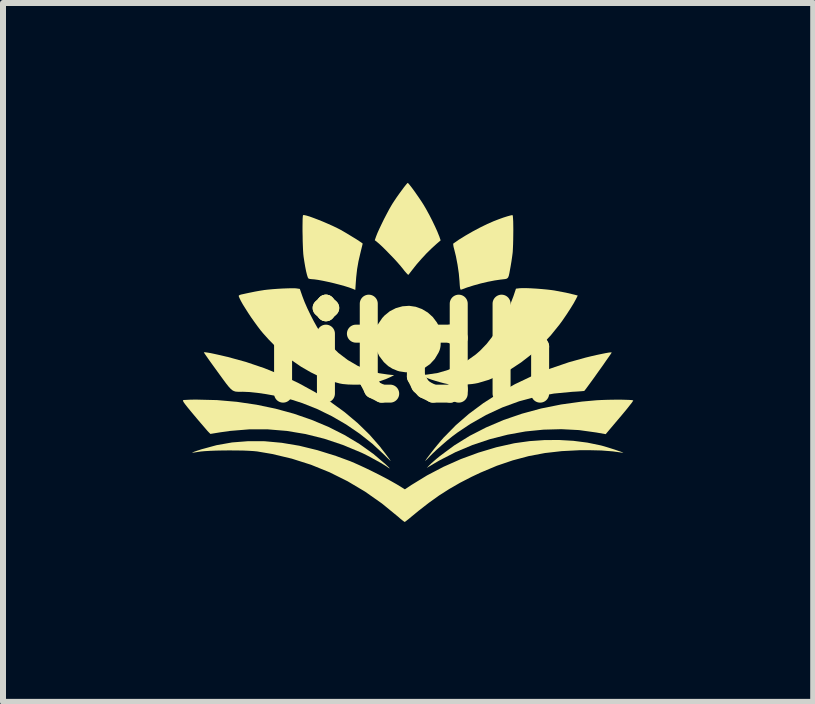
<source format=kicad_pcb>
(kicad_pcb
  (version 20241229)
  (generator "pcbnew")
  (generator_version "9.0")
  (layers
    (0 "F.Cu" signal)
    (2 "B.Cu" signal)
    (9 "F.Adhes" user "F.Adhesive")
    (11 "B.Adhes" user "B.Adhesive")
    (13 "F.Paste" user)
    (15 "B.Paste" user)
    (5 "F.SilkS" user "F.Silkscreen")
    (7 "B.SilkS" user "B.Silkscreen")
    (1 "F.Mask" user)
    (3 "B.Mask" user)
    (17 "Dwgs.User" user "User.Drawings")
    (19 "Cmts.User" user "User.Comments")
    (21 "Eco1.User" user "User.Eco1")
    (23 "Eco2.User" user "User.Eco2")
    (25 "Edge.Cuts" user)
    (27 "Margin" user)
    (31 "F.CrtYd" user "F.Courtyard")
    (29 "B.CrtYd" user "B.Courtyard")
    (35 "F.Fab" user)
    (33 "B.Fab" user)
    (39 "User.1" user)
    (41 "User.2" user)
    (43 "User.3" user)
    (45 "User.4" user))
  (footprint "iitdh"
    (layer "F.Cu")
    (at 3.813 2.835)
    (property "Reference" "iitdh" (at 0 0 0) (layer "F.SilkS") (effects (font (size 1.5 1.5) (thickness 0.3))))
    (attr board_only exclude_from_pos_files exclude_from_bom)
    (fp_poly (pts (xy 0.068 -0.77) (xy 0.173 -0.732) (xy 0.27 -0.674) (xy 0.354 -0.598) (xy 0.423 -0.506) (xy 0.444 -0.466) (xy 0.462 -0.428) (xy 0.474 -0.396) (xy 0.481 -0.363) (xy 0.484 -0.323) (xy 0.485 -0.267) (xy 0.485 -0.233) (xy 0.485 -0.166) (xy 0.483 -0.118) (xy 0.477 -0.082) (xy 0.468 -0.049) (xy 0.453 -0.014) (xy 0.45 -0.007) (xy 0.387 0.099) (xy 0.307 0.186) (xy 0.211 0.253) (xy 0.105 0.298) (xy 0.004 0.319) (xy -0.102 0.322) (xy -0.203 0.307) (xy -0.237 0.297) (xy -0.321 0.262) (xy -0.39 0.219) (xy -0.456 0.159) (xy -0.468 0.146) (xy -0.54 0.051) (xy -0.589 -0.052) (xy -0.615 -0.161) (xy -0.618 -0.271) (xy -0.598 -0.381) (xy -0.556 -0.485) (xy -0.49 -0.582) (xy -0.454 -0.622) (xy -0.363 -0.696) (xy -0.261 -0.748) (xy -0.152 -0.778) (xy -0.041 -0.786)) (stroke (width 0) (type solid)) (fill yes) (layer "F.SilkS"))
    (fp_poly (pts (xy 3.494 0.779) (xy 3.567 0.781) (xy 3.628 0.783) (xy 3.671 0.786) (xy 3.694 0.791) (xy 3.696 0.792) (xy 3.69 0.803) (xy 3.67 0.832) (xy 3.636 0.875) (xy 3.592 0.931) (xy 3.539 0.995) (xy 3.48 1.066) (xy 3.47 1.077) (xy 3.236 1.354) (xy 3.078 1.326) (xy 2.79 1.286) (xy 2.496 1.271) (xy 2.198 1.279) (xy 1.898 1.309) (xy 1.6 1.363) (xy 1.305 1.438) (xy 1.015 1.535) (xy 0.734 1.653) (xy 0.464 1.792) (xy 0.363 1.851) (xy 0.253 1.917) (xy 0.298 1.87) (xy 0.326 1.843) (xy 0.368 1.806) (xy 0.419 1.762) (xy 0.473 1.718) (xy 0.711 1.542) (xy 0.967 1.383) (xy 1.242 1.242) (xy 1.533 1.118) (xy 1.839 1.013) (xy 2.159 0.926) (xy 2.493 0.859) (xy 2.838 0.811) (xy 3.081 0.789) (xy 3.157 0.785) (xy 3.24 0.782) (xy 3.326 0.78) (xy 3.413 0.779)) (stroke (width 0) (type solid)) (fill yes) (layer "F.SilkS"))
    (fp_poly (pts (xy -3.244 0.786) (xy -2.912 0.815) (xy -2.587 0.863) (xy -2.27 0.929) (xy -1.963 1.013) (xy -1.668 1.115) (xy -1.386 1.233) (xy -1.119 1.368) (xy -0.868 1.519) (xy -0.637 1.684) (xy -0.434 1.856) (xy -0.392 1.896) (xy -0.369 1.919) (xy -0.367 1.926) (xy -0.384 1.917) (xy -0.414 1.895) (xy -0.455 1.869) (xy -0.513 1.834) (xy -0.583 1.795) (xy -0.658 1.754) (xy -0.732 1.714) (xy -0.8 1.68) (xy -0.836 1.663) (xy -1.146 1.534) (xy -1.457 1.43) (xy -1.769 1.352) (xy -2.082 1.3) (xy -2.396 1.274) (xy -2.711 1.274) (xy -3.027 1.3) (xy -3.189 1.323) (xy -3.355 1.35) (xy -3.386 1.319) (xy -3.403 1.301) (xy -3.433 1.266) (xy -3.475 1.217) (xy -3.526 1.158) (xy -3.582 1.092) (xy -3.624 1.042) (xy -3.689 0.964) (xy -3.739 0.903) (xy -3.775 0.857) (xy -3.798 0.825) (xy -3.81 0.804) (xy -3.813 0.792) (xy -3.809 0.787) (xy -3.789 0.784) (xy -3.748 0.782) (xy -3.691 0.779) (xy -3.623 0.778) (xy -3.58 0.778)) (stroke (width 0) (type solid)) (fill yes) (layer "F.SilkS"))
    (fp_poly (pts (xy 1.684 -2.297) (xy 1.688 -2.282) (xy 1.691 -2.245) (xy 1.694 -2.191) (xy 1.695 -2.124) (xy 1.696 -2.048) (xy 1.695 -1.968) (xy 1.694 -1.886) (xy 1.692 -1.809) (xy 1.689 -1.74) (xy 1.686 -1.683) (xy 1.683 -1.657) (xy 1.675 -1.597) (xy 1.664 -1.522) (xy 1.651 -1.445) (xy 1.642 -1.395) (xy 1.63 -1.329) (xy 1.62 -1.285) (xy 1.608 -1.257) (xy 1.59 -1.24) (xy 1.561 -1.232) (xy 1.518 -1.227) (xy 1.482 -1.223) (xy 1.386 -1.209) (xy 1.273 -1.187) (xy 1.153 -1.159) (xy 1.034 -1.126) (xy 0.923 -1.091) (xy 0.829 -1.056) (xy 0.827 -1.056) (xy 0.818 -1.055) (xy 0.812 -1.065) (xy 0.807 -1.088) (xy 0.803 -1.129) (xy 0.799 -1.192) (xy 0.799 -1.194) (xy 0.787 -1.327) (xy 0.766 -1.47) (xy 0.739 -1.612) (xy 0.712 -1.721) (xy 0.7 -1.767) (xy 0.694 -1.803) (xy 0.694 -1.823) (xy 0.695 -1.824) (xy 0.787 -1.888) (xy 0.897 -1.956) (xy 1.017 -2.025) (xy 1.141 -2.091) (xy 1.261 -2.15) (xy 1.371 -2.198) (xy 1.379 -2.201) (xy 1.457 -2.231) (xy 1.529 -2.257) (xy 1.592 -2.277) (xy 1.642 -2.291) (xy 1.674 -2.298)) (stroke (width 0) (type solid)) (fill yes) (layer "F.SilkS"))
    (fp_poly (pts (xy -0.052 -2.825) (xy -0.029 -2.797) (xy 0.004 -2.755) (xy 0.043 -2.702) (xy 0.085 -2.642) (xy 0.128 -2.58) (xy 0.169 -2.519) (xy 0.205 -2.462) (xy 0.205 -2.462) (xy 0.25 -2.384) (xy 0.299 -2.294) (xy 0.347 -2.2) (xy 0.391 -2.108) (xy 0.429 -2.024) (xy 0.457 -1.954) (xy 0.461 -1.945) (xy 0.484 -1.877) (xy 0.414 -1.817) (xy 0.335 -1.745) (xy 0.249 -1.661) (xy 0.164 -1.569) (xy 0.086 -1.48) (xy 0.043 -1.426) (xy 0.007 -1.38) (xy -0.024 -1.34) (xy -0.045 -1.313) (xy -0.053 -1.303) (xy -0.064 -1.308) (xy -0.086 -1.331) (xy -0.117 -1.366) (xy -0.143 -1.4) (xy -0.183 -1.449) (xy -0.235 -1.509) (xy -0.297 -1.577) (xy -0.364 -1.646) (xy -0.43 -1.714) (xy -0.491 -1.774) (xy -0.543 -1.822) (xy -0.569 -1.844) (xy -0.614 -1.88) (xy -0.591 -1.946) (xy -0.57 -1.999) (xy -0.539 -2.068) (xy -0.501 -2.148) (xy -0.459 -2.234) (xy -0.415 -2.318) (xy -0.373 -2.397) (xy -0.335 -2.463) (xy -0.32 -2.488) (xy -0.286 -2.54) (xy -0.247 -2.598) (xy -0.205 -2.657) (xy -0.164 -2.713) (xy -0.127 -2.763) (xy -0.096 -2.802) (xy -0.074 -2.828) (xy -0.065 -2.835)) (stroke (width 0) (type solid)) (fill yes) (layer "F.SilkS"))
    (fp_poly (pts (xy -1.755 -2.291) (xy -1.701 -2.275) (xy -1.635 -2.251) (xy -1.559 -2.222) (xy -1.479 -2.19) (xy -1.396 -2.154) (xy -1.315 -2.118) (xy -1.24 -2.082) (xy -1.191 -2.057) (xy -1.147 -2.032) (xy -1.094 -2.001) (xy -1.036 -1.966) (xy -0.977 -1.93) (xy -0.921 -1.896) (xy -0.874 -1.865) (xy -0.838 -1.841) (xy -0.818 -1.826) (xy -0.816 -1.822) (xy -0.819 -1.809) (xy -0.827 -1.776) (xy -0.839 -1.728) (xy -0.853 -1.67) (xy -0.886 -1.528) (xy -0.909 -1.396) (xy -0.924 -1.261) (xy -0.93 -1.183) (xy -0.939 -1.051) (xy -0.984 -1.07) (xy -1.04 -1.091) (xy -1.114 -1.114) (xy -1.2 -1.138) (xy -1.293 -1.162) (xy -1.387 -1.184) (xy -1.477 -1.203) (xy -1.558 -1.218) (xy -1.623 -1.227) (xy -1.663 -1.23) (xy -1.697 -1.234) (xy -1.72 -1.241) (xy -1.731 -1.26) (xy -1.744 -1.301) (xy -1.759 -1.361) (xy -1.774 -1.437) (xy -1.789 -1.526) (xy -1.801 -1.605) (xy -1.806 -1.649) (xy -1.81 -1.71) (xy -1.813 -1.782) (xy -1.816 -1.862) (xy -1.817 -1.946) (xy -1.819 -2.03) (xy -1.819 -2.109) (xy -1.818 -2.18) (xy -1.817 -2.237) (xy -1.814 -2.278) (xy -1.811 -2.297) (xy -1.81 -2.298) (xy -1.792 -2.299)) (stroke (width 0) (type solid)) (fill yes) (layer "F.SilkS"))
    (fp_poly (pts (xy 3.336 -0.008) (xy 3.33 0.003) (xy 3.311 0.032) (xy 3.281 0.075) (xy 3.242 0.13) (xy 3.198 0.194) (xy 3.149 0.263) (xy 3.098 0.334) (xy 3.048 0.405) (xy 3 0.471) (xy 2.957 0.53) (xy 2.921 0.579) (xy 2.894 0.615) (xy 2.879 0.633) (xy 2.866 0.635) (xy 2.831 0.638) (xy 2.779 0.642) (xy 2.715 0.646) (xy 2.677 0.648) (xy 2.374 0.677) (xy 2.079 0.729) (xy 1.793 0.806) (xy 1.514 0.908) (xy 1.242 1.034) (xy 0.977 1.185) (xy 0.759 1.331) (xy 0.68 1.39) (xy 0.593 1.46) (xy 0.505 1.536) (xy 0.42 1.611) (xy 0.345 1.682) (xy 0.298 1.73) (xy 0.264 1.766) (xy 0.239 1.79) (xy 0.226 1.801) (xy 0.226 1.799) (xy 0.249 1.765) (xy 0.286 1.716) (xy 0.332 1.656) (xy 0.383 1.591) (xy 0.437 1.525) (xy 0.49 1.462) (xy 0.537 1.408) (xy 0.541 1.405) (xy 0.737 1.205) (xy 0.955 1.016) (xy 1.194 0.838) (xy 1.451 0.673) (xy 1.724 0.52) (xy 2.012 0.383) (xy 2.312 0.261) (xy 2.622 0.155) (xy 2.899 0.078) (xy 2.997 0.054) (xy 3.089 0.033) (xy 3.17 0.016) (xy 3.239 0.002) (xy 3.292 -0.007) (xy 3.326 -0.01)) (stroke (width 0) (type solid)) (fill yes) (layer "F.SilkS"))
    (fp_poly (pts (xy -3.408 -0.007) (xy -3.349 0.003) (xy -3.274 0.019) (xy -3.184 0.039) (xy -3.083 0.063) (xy -3.075 0.064) (xy -2.762 0.15) (xy -2.458 0.253) (xy -2.163 0.372) (xy -1.879 0.506) (xy -1.61 0.653) (xy -1.355 0.814) (xy -1.118 0.986) (xy -0.9 1.169) (xy -0.702 1.362) (xy -0.527 1.562) (xy -0.504 1.593) (xy -0.446 1.667) (xy -0.404 1.723) (xy -0.375 1.762) (xy -0.358 1.786) (xy -0.351 1.798) (xy -0.352 1.799) (xy -0.362 1.791) (xy -0.387 1.767) (xy -0.422 1.733) (xy -0.46 1.695) (xy -0.652 1.516) (xy -0.864 1.348) (xy -1.091 1.193) (xy -1.329 1.055) (xy -1.574 0.935) (xy -1.821 0.837) (xy -1.982 0.785) (xy -2.125 0.747) (xy -2.274 0.714) (xy -2.423 0.687) (xy -2.567 0.666) (xy -2.699 0.652) (xy -2.814 0.647) (xy -2.815 0.647) (xy -2.864 0.648) (xy -2.903 0.647) (xy -2.936 0.644) (xy -2.964 0.635) (xy -2.992 0.62) (xy -3.02 0.595) (xy -3.053 0.559) (xy -3.092 0.51) (xy -3.14 0.445) (xy -3.199 0.364) (xy -3.236 0.313) (xy -3.294 0.233) (xy -3.346 0.161) (xy -3.391 0.098) (xy -3.426 0.047) (xy -3.451 0.011) (xy -3.463 -0.008) (xy -3.463 -0.011) (xy -3.447 -0.012)) (stroke (width 0) (type solid)) (fill yes) (layer "F.SilkS"))
    (fp_poly (pts (xy 1.909 -1.081) (xy 1.987 -1.078) (xy 2.074 -1.073) (xy 2.164 -1.066) (xy 2.251 -1.058) (xy 2.329 -1.049) (xy 2.378 -1.042) (xy 2.574 -1.005) (xy 2.722 -0.97) (xy 2.77 -0.957) (xy 2.743 -0.903) (xy 2.701 -0.826) (xy 2.646 -0.737) (xy 2.583 -0.64) (xy 2.516 -0.542) (xy 2.464 -0.471) (xy 2.32 -0.293) (xy 2.164 -0.127) (xy 1.998 0.024) (xy 1.825 0.158) (xy 1.647 0.275) (xy 1.466 0.372) (xy 1.286 0.448) (xy 1.108 0.501) (xy 1.057 0.511) (xy 1.008 0.518) (xy 0.942 0.524) (xy 0.868 0.527) (xy 0.792 0.529) (xy 0.72 0.529) (xy 0.659 0.527) (xy 0.617 0.523) (xy 0.615 0.522) (xy 0.542 0.506) (xy 0.467 0.486) (xy 0.392 0.464) (xy 0.323 0.442) (xy 0.263 0.42) (xy 0.217 0.401) (xy 0.188 0.385) (xy 0.181 0.376) (xy 0.193 0.37) (xy 0.224 0.364) (xy 0.269 0.359) (xy 0.275 0.358) (xy 0.439 0.333) (xy 0.605 0.284) (xy 0.769 0.215) (xy 0.926 0.128) (xy 1.07 0.025) (xy 1.141 -0.037) (xy 1.251 -0.151) (xy 1.358 -0.288) (xy 1.459 -0.441) (xy 1.552 -0.606) (xy 1.634 -0.78) (xy 1.698 -0.947) (xy 1.74 -1.072) (xy 1.801 -1.079) (xy 1.845 -1.081)) (stroke (width 0) (type solid)) (fill yes) (layer "F.SilkS"))
    (fp_poly (pts (xy -1.952 -1.079) (xy -1.919 -1.076) (xy -1.864 -1.068) (xy -1.819 -0.939) (xy -1.784 -0.848) (xy -1.739 -0.745) (xy -1.687 -0.637) (xy -1.632 -0.53) (xy -1.576 -0.43) (xy -1.523 -0.344) (xy -1.496 -0.304) (xy -1.365 -0.143) (xy -1.222 -0.002) (xy -1.066 0.117) (xy -0.9 0.214) (xy -0.725 0.288) (xy -0.542 0.338) (xy -0.393 0.36) (xy -0.291 0.37) (xy -0.349 0.4) (xy -0.43 0.436) (xy -0.526 0.47) (xy -0.63 0.499) (xy -0.689 0.511) (xy -0.768 0.522) (xy -0.862 0.528) (xy -0.963 0.529) (xy -1.061 0.526) (xy -1.148 0.518) (xy -1.198 0.509) (xy -1.351 0.467) (xy -1.513 0.405) (xy -1.679 0.324) (xy -1.844 0.229) (xy -2.003 0.12) (xy -2.097 0.047) (xy -2.19 -0.034) (xy -2.289 -0.128) (xy -2.386 -0.227) (xy -2.474 -0.325) (xy -2.516 -0.375) (xy -2.567 -0.442) (xy -2.62 -0.515) (xy -2.674 -0.591) (xy -2.725 -0.668) (xy -2.772 -0.742) (xy -2.814 -0.809) (xy -2.847 -0.868) (xy -2.87 -0.915) (xy -2.882 -0.945) (xy -2.882 -0.956) (xy -2.865 -0.967) (xy -2.839 -0.975) (xy -2.81 -0.981) (xy -2.765 -0.991) (xy -2.709 -1.003) (xy -2.679 -1.009) (xy -2.611 -1.023) (xy -2.539 -1.036) (xy -2.475 -1.046) (xy -2.459 -1.049) (xy -2.397 -1.056) (xy -2.323 -1.063) (xy -2.241 -1.069) (xy -2.157 -1.074) (xy -2.078 -1.077) (xy -2.007 -1.079)) (stroke (width 0) (type solid)) (fill yes) (layer "F.SilkS"))
    (fp_poly (pts (xy 2.697 1.465) (xy 2.93 1.495) (xy 3.148 1.54) (xy 3.172 1.546) (xy 3.218 1.559) (xy 3.271 1.575) (xy 3.328 1.593) (xy 3.385 1.611) (xy 3.437 1.629) (xy 3.481 1.644) (xy 3.513 1.656) (xy 3.529 1.664) (xy 3.524 1.665) (xy 3.521 1.664) (xy 3.354 1.641) (xy 3.164 1.626) (xy 2.951 1.621) (xy 2.796 1.622) (xy 2.502 1.637) (xy 2.222 1.669) (xy 1.952 1.72) (xy 1.686 1.791) (xy 1.421 1.881) (xy 1.152 1.994) (xy 1.003 2.064) (xy 0.809 2.164) (xy 0.63 2.267) (xy 0.459 2.376) (xy 0.29 2.497) (xy 0.115 2.633) (xy 0.058 2.68) (xy 0.003 2.725) (xy -0.045 2.765) (xy -0.083 2.795) (xy -0.108 2.814) (xy -0.114 2.818) (xy -0.127 2.811) (xy -0.155 2.79) (xy -0.193 2.759) (xy -0.227 2.729) (xy -0.495 2.51) (xy -0.775 2.313) (xy -1.066 2.14) (xy -1.367 1.99) (xy -1.678 1.864) (xy -1.999 1.762) (xy -2.328 1.684) (xy -2.576 1.642) (xy -2.638 1.636) (xy -2.72 1.631) (xy -2.817 1.627) (xy -2.924 1.626) (xy -3.037 1.625) (xy -3.15 1.626) (xy -3.259 1.628) (xy -3.359 1.632) (xy -3.446 1.637) (xy -3.514 1.643) (xy -3.541 1.647) (xy -3.592 1.655) (xy -3.633 1.661) (xy -3.658 1.663) (xy -3.662 1.663) (xy -3.652 1.658) (xy -3.622 1.646) (xy -3.576 1.63) (xy -3.518 1.611) (xy -3.506 1.607) (xy -3.253 1.538) (xy -2.993 1.492) (xy -2.725 1.471) (xy -2.45 1.472) (xy -2.166 1.498) (xy -1.873 1.547) (xy -1.571 1.621) (xy -1.26 1.718) (xy -1.023 1.805) (xy -0.95 1.836) (xy -0.861 1.876) (xy -0.76 1.923) (xy -0.653 1.975) (xy -0.545 2.029) (xy -0.443 2.082) (xy -0.351 2.132) (xy -0.275 2.175) (xy -0.247 2.191) (xy -0.112 2.274) (xy -0.001 2.2) (xy 0.257 2.042) (xy 0.532 1.898) (xy 0.82 1.77) (xy 1.114 1.662) (xy 1.411 1.573) (xy 1.705 1.507) (xy 1.729 1.503) (xy 1.966 1.47) (xy 2.209 1.453) (xy 2.455 1.451)) (stroke (width 0) (type solid)) (fill yes) (layer "F.SilkS")))
  (gr_rect
    (start -3 -3)
    (end 10.509 8.653)
    (stroke (width 0.1) (type default))
    (fill no)
    (layer "Edge.Cuts")))
</source>
